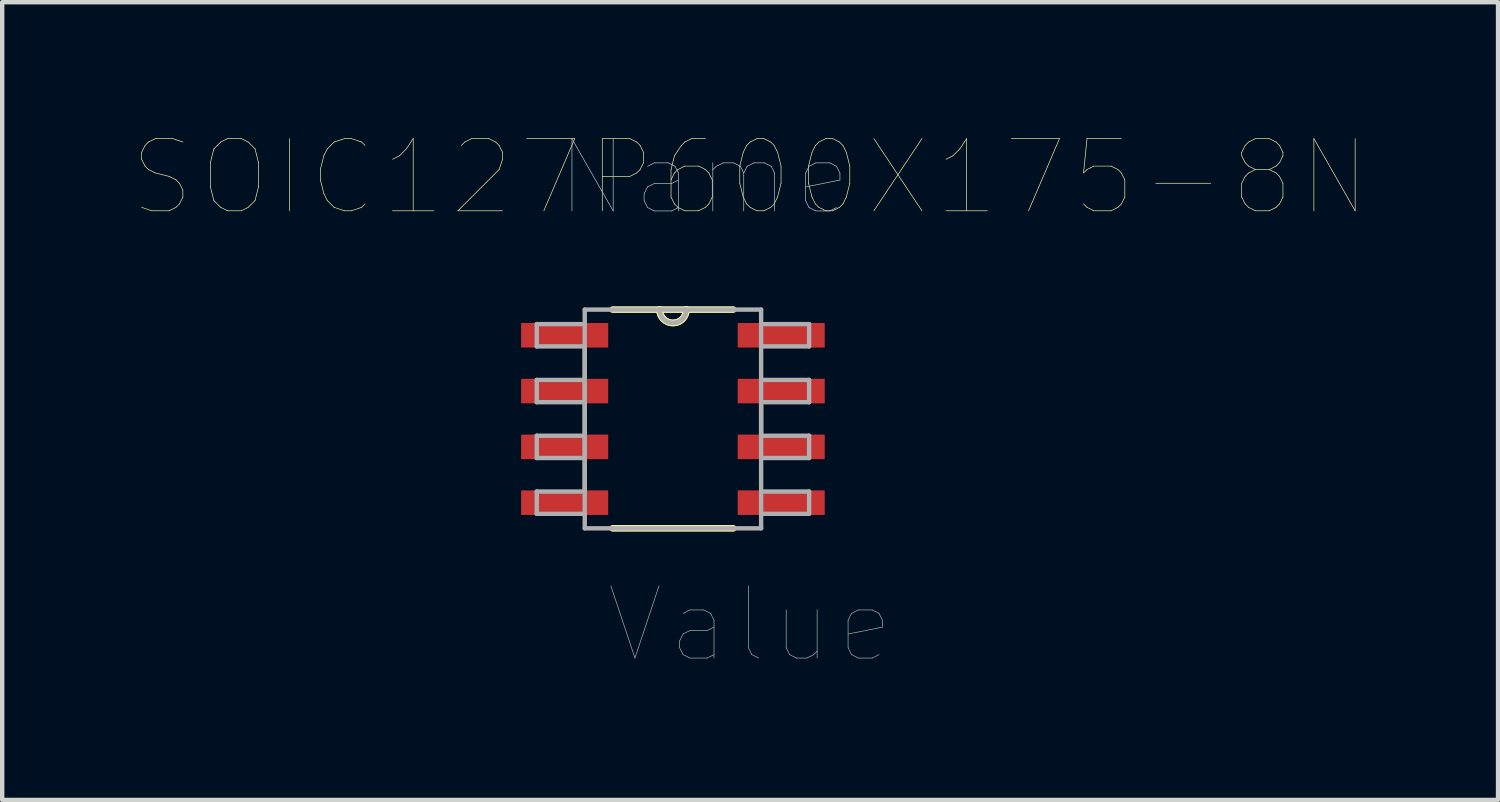
<source format=kicad_pcb>
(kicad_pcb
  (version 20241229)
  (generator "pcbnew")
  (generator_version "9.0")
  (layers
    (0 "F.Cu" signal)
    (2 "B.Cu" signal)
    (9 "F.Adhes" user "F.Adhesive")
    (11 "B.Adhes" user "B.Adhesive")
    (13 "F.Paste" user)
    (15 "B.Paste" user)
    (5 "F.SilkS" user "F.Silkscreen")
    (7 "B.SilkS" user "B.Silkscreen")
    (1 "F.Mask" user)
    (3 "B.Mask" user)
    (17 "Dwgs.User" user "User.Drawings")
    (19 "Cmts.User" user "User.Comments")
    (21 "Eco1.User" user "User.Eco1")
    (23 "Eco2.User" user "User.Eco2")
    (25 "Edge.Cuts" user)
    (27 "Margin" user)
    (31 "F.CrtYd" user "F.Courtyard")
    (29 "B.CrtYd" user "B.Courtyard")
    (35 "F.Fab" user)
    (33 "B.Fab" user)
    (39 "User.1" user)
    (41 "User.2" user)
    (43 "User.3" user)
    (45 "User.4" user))
  (footprint "SOIC127P600X175-8N"
    (layer "F.Cu")
    (at 12.265 6.485)
    (property "Reference" "SOIC127P600X175-8N" (at 1.756 -5.497 0) (layer "F.SilkS") (effects (font (size 1.643 1.643) (thickness 0.015))))
    (attr through_hole)
    (fp_line (start -1.372 2.489) (end 1.372 2.489) (stroke (width 0.152) (type solid)) (layer "F.SilkS"))
    (fp_line (start -0.305 -2.489) (end -1.372 -2.489) (stroke (width 0.152) (type solid)) (layer "F.SilkS"))
    (fp_line (start 0.305 -2.489) (end -0.305 -2.489) (stroke (width 0.152) (type solid)) (layer "F.SilkS"))
    (fp_line (start 1.372 -2.489) (end 0.305 -2.489) (stroke (width 0.152) (type solid)) (layer "F.SilkS"))
    (fp_arc (start 0.3048 -2.4892) (mid 0 -2.1844) (end -0.3048 -2.4892) (stroke (width 0.1524) (type solid)) (layer "F.SilkS"))
    (fp_arc (start 0.3048 -2.4892) (mid 0 -2.1844) (end -0.3048 -2.4892) (stroke (width 0.1524) (type solid)) (layer "F.SilkS"))
    (fp_line (start -3.099 -2.159) (end -3.099 -1.651) (stroke (width 0.1) (type solid)) (layer "F.Fab"))
    (fp_line (start -3.099 -1.651) (end -2.007 -1.651) (stroke (width 0.1) (type solid)) (layer "F.Fab"))
    (fp_line (start -3.099 -0.889) (end -3.099 -0.381) (stroke (width 0.1) (type solid)) (layer "F.Fab"))
    (fp_line (start -3.099 -0.381) (end -2.007 -0.381) (stroke (width 0.1) (type solid)) (layer "F.Fab"))
    (fp_line (start -3.099 0.381) (end -3.099 0.889) (stroke (width 0.1) (type solid)) (layer "F.Fab"))
    (fp_line (start -3.099 0.889) (end -2.007 0.889) (stroke (width 0.1) (type solid)) (layer "F.Fab"))
    (fp_line (start -3.099 1.651) (end -3.099 2.159) (stroke (width 0.1) (type solid)) (layer "F.Fab"))
    (fp_line (start -3.099 2.159) (end -2.007 2.159) (stroke (width 0.1) (type solid)) (layer "F.Fab"))
    (fp_line (start -2.007 -2.489) (end -2.007 -2.159) (stroke (width 0.1) (type solid)) (layer "F.Fab"))
    (fp_line (start -2.007 -2.159) (end -3.099 -2.159) (stroke (width 0.1) (type solid)) (layer "F.Fab"))
    (fp_line (start -2.007 -1.651) (end -2.007 -2.159) (stroke (width 0.1) (type solid)) (layer "F.Fab"))
    (fp_line (start -2.007 -1.651) (end -2.007 -0.889) (stroke (width 0.1) (type solid)) (layer "F.Fab"))
    (fp_line (start -2.007 -1.651) (end -2.007 1.651) (stroke (width 0.1) (type solid)) (layer "F.Fab"))
    (fp_line (start -2.007 -0.889) (end -3.099 -0.889) (stroke (width 0.1) (type solid)) (layer "F.Fab"))
    (fp_line (start -2.007 -0.381) (end -2.007 -0.889) (stroke (width 0.1) (type solid)) (layer "F.Fab"))
    (fp_line (start -2.007 -0.381) (end -2.007 0.381) (stroke (width 0.1) (type solid)) (layer "F.Fab"))
    (fp_line (start -2.007 0.381) (end -3.099 0.381) (stroke (width 0.1) (type solid)) (layer "F.Fab"))
    (fp_line (start -2.007 0.889) (end -2.007 0.381) (stroke (width 0.1) (type solid)) (layer "F.Fab"))
    (fp_line (start -2.007 0.889) (end -2.007 1.651) (stroke (width 0.1) (type solid)) (layer "F.Fab"))
    (fp_line (start -2.007 1.651) (end -3.099 1.651) (stroke (width 0.1) (type solid)) (layer "F.Fab"))
    (fp_line (start -2.007 2.159) (end -2.007 1.651) (stroke (width 0.1) (type solid)) (layer "F.Fab"))
    (fp_line (start -2.007 2.159) (end -2.007 2.489) (stroke (width 0.1) (type solid)) (layer "F.Fab"))
    (fp_line (start -2.007 2.489) (end 2.007 2.489) (stroke (width 0.1) (type solid)) (layer "F.Fab"))
    (fp_line (start -0.305 -2.489) (end -2.007 -2.489) (stroke (width 0.1) (type solid)) (layer "F.Fab"))
    (fp_line (start 0.305 -2.489) (end -0.305 -2.489) (stroke (width 0.1) (type solid)) (layer "F.Fab"))
    (fp_line (start 2.007 -2.489) (end 0.305 -2.489) (stroke (width 0.1) (type solid)) (layer "F.Fab"))
    (fp_line (start 2.007 -2.159) (end 2.007 -2.489) (stroke (width 0.1) (type solid)) (layer "F.Fab"))
    (fp_line (start 2.007 -2.159) (end 2.007 -1.651) (stroke (width 0.1) (type solid)) (layer "F.Fab"))
    (fp_line (start 2.007 -1.651) (end 3.099 -1.651) (stroke (width 0.1) (type solid)) (layer "F.Fab"))
    (fp_line (start 2.007 -0.889) (end 2.007 -1.651) (stroke (width 0.1) (type solid)) (layer "F.Fab"))
    (fp_line (start 2.007 -0.889) (end 2.007 -0.381) (stroke (width 0.1) (type solid)) (layer "F.Fab"))
    (fp_line (start 2.007 -0.381) (end 3.099 -0.381) (stroke (width 0.1) (type solid)) (layer "F.Fab"))
    (fp_line (start 2.007 0.381) (end 2.007 -0.381) (stroke (width 0.1) (type solid)) (layer "F.Fab"))
    (fp_line (start 2.007 0.381) (end 2.007 -0.381) (stroke (width 0.1) (type solid)) (layer "F.Fab"))
    (fp_line (start 2.007 0.381) (end 2.007 0.889) (stroke (width 0.1) (type solid)) (layer "F.Fab"))
    (fp_line (start 2.007 0.889) (end 3.099 0.889) (stroke (width 0.1) (type solid)) (layer "F.Fab"))
    (fp_line (start 2.007 1.651) (end 2.007 0.889) (stroke (width 0.1) (type solid)) (layer "F.Fab"))
    (fp_line (start 2.007 1.651) (end 2.007 2.159) (stroke (width 0.1) (type solid)) (layer "F.Fab"))
    (fp_line (start 2.007 2.159) (end 3.099 2.159) (stroke (width 0.1) (type solid)) (layer "F.Fab"))
    (fp_line (start 2.007 2.489) (end 2.007 2.159) (stroke (width 0.1) (type solid)) (layer "F.Fab"))
    (fp_line (start 3.099 -2.159) (end 2.007 -2.159) (stroke (width 0.1) (type solid)) (layer "F.Fab"))
    (fp_line (start 3.099 -1.651) (end 3.099 -2.159) (stroke (width 0.1) (type solid)) (layer "F.Fab"))
    (fp_line (start 3.099 -0.889) (end 2.007 -0.889) (stroke (width 0.1) (type solid)) (layer "F.Fab"))
    (fp_line (start 3.099 -0.381) (end 3.099 -0.889) (stroke (width 0.1) (type solid)) (layer "F.Fab"))
    (fp_line (start 3.099 0.381) (end 2.007 0.381) (stroke (width 0.1) (type solid)) (layer "F.Fab"))
    (fp_line (start 3.099 0.889) (end 3.099 0.381) (stroke (width 0.1) (type solid)) (layer "F.Fab"))
    (fp_line (start 3.099 1.651) (end 2.007 1.651) (stroke (width 0.1) (type solid)) (layer "F.Fab"))
    (fp_line (start 3.099 2.159) (end 3.099 1.651) (stroke (width 0.1) (type solid)) (layer "F.Fab"))
    (fp_arc (start 0.3048 -2.4892) (mid 0 -2.1844) (end -0.3048 -2.4892) (stroke (width 0.1) (type solid)) (layer "F.Fab"))
    (fp_arc (start 0.3048 -2.4892) (mid 0 -2.1844) (end -0.3048 -2.4892) (stroke (width 0.1) (type solid)) (layer "F.Fab"))
    (fp_text user "Name" (at 0.712 -5.493 0) (layer "Dwgs.User") (effects (font (size 1.642 1.642) (thickness 0.015))))
    (fp_text user "Value" (at 1.756 4.682 0) (layer "F.Fab") (effects (font (size 1.643 1.643) (thickness 0.015))))
    (pad "1" smd rect (at -2.464 -1.905) (size 1.981 0.559) (layers "F.Cu" "F.Mask" "F.Paste"))
    (pad "2" smd rect (at -2.464 -0.635) (size 1.981 0.559) (layers "F.Cu" "F.Mask" "F.Paste"))
    (pad "3" smd rect (at -2.464 0.635) (size 1.981 0.559) (layers "F.Cu" "F.Mask" "F.Paste"))
    (pad "4" smd rect (at -2.464 1.905) (size 1.981 0.559) (layers "F.Cu" "F.Mask" "F.Paste"))
    (pad "5" smd rect (at 2.464 1.905) (size 1.981 0.559) (layers "F.Cu" "F.Mask" "F.Paste"))
    (pad "6" smd rect (at 2.464 0.635) (size 1.981 0.559) (layers "F.Cu" "F.Mask" "F.Paste"))
    (pad "7" smd rect (at 2.464 -0.635) (size 1.981 0.559) (layers "F.Cu" "F.Mask" "F.Paste"))
    (pad "8" smd rect (at 2.464 -1.905) (size 1.981 0.559) (layers "F.Cu" "F.Mask" "F.Paste")))
  (gr_rect
    (start -3 -3)
    (end 31.043 15.155)
    (stroke (width 0.1) (type default))
    (fill no)
    (layer "Edge.Cuts")))
</source>
